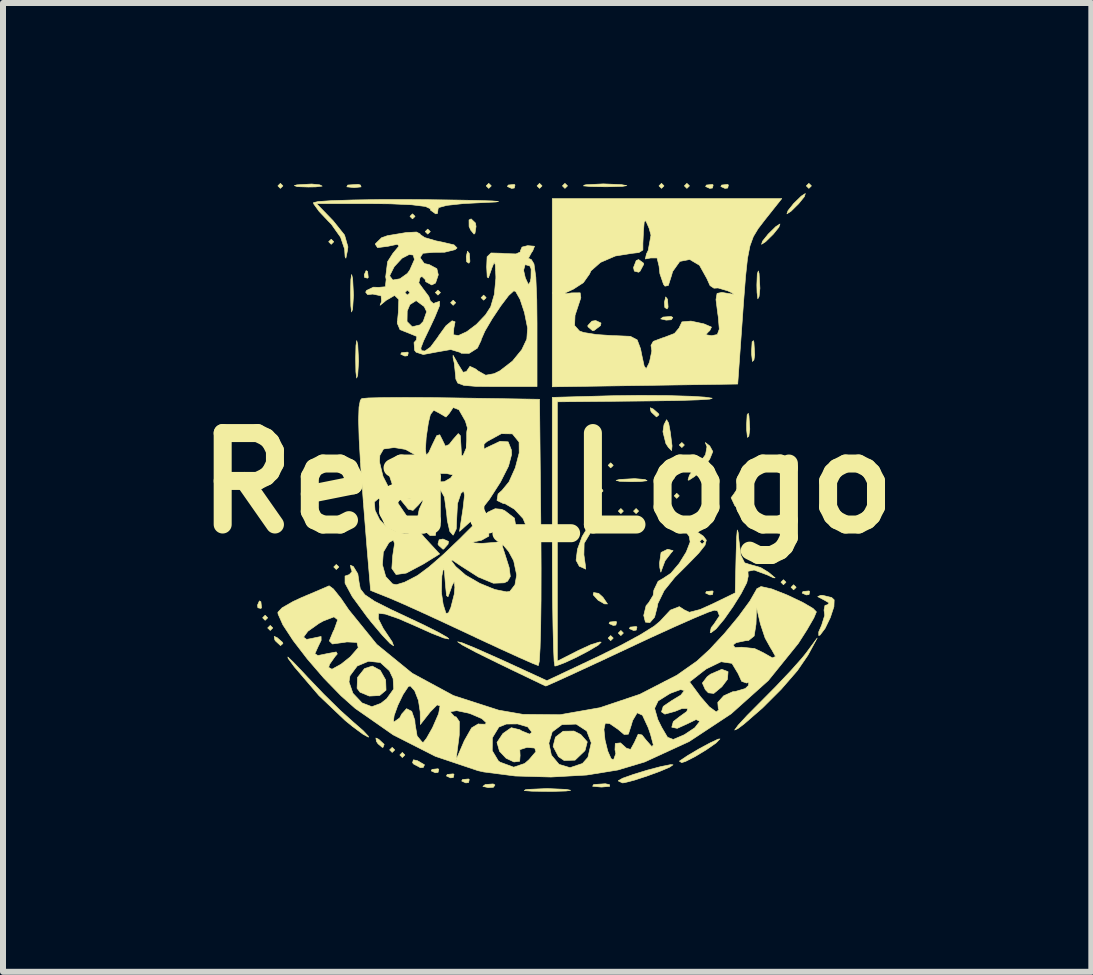
<source format=kicad_pcb>
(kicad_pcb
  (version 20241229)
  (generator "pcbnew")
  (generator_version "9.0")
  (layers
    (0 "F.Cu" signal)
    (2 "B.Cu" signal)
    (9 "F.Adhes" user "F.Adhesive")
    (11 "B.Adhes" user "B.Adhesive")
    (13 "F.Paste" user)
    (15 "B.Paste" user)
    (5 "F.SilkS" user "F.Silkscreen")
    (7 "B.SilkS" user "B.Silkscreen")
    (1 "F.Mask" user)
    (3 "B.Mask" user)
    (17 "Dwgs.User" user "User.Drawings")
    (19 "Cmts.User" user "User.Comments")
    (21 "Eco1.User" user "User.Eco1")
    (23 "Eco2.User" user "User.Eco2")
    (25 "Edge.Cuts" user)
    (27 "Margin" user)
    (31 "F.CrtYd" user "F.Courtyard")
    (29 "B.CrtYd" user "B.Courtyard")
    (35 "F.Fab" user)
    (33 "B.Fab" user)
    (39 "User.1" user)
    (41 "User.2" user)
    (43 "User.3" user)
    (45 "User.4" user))
  (footprint "Real_Logo"
    (layer "F.Cu")
    (at 6.067 5)
    (property "Reference" "Real_Logo" (at 0 0 0) (layer "F.SilkS") (effects (font (size 1.524 1.524) (thickness 0.3))))
    (attr through_hole)
    (fp_poly (pts (xy -4.657 2.244) (xy -4.699 2.286) (xy -4.741 2.244) (xy -4.699 2.201) (xy -4.657 2.244)) (stroke (width 0.01) (type solid)) (fill yes) (layer "F.SilkS"))
    (fp_poly (pts (xy -4.572 2.413) (xy -4.614 2.455) (xy -4.657 2.413) (xy -4.614 2.371) (xy -4.572 2.413)) (stroke (width 0.01) (type solid)) (fill yes) (layer "F.SilkS"))
    (fp_poly (pts (xy -4.403 -4.953) (xy -4.445 -4.911) (xy -4.487 -4.953) (xy -4.445 -4.995) (xy -4.403 -4.953)) (stroke (width 0.01) (type solid)) (fill yes) (layer "F.SilkS"))
    (fp_poly (pts (xy -3.556 -4.022) (xy -3.598 -3.979) (xy -3.641 -4.022) (xy -3.598 -4.064) (xy -3.556 -4.022)) (stroke (width 0.01) (type solid)) (fill yes) (layer "F.SilkS"))
    (fp_poly (pts (xy -3.471 1.397) (xy -3.514 1.439) (xy -3.556 1.397) (xy -3.514 1.355) (xy -3.471 1.397)) (stroke (width 0.01) (type solid)) (fill yes) (layer "F.SilkS"))
    (fp_poly (pts (xy -2.54 4.445) (xy -2.582 4.487) (xy -2.625 4.445) (xy -2.582 4.403) (xy -2.54 4.445)) (stroke (width 0.01) (type solid)) (fill yes) (layer "F.SilkS"))
    (fp_poly (pts (xy -2.371 4.53) (xy -2.413 4.572) (xy -2.455 4.53) (xy -2.413 4.487) (xy -2.371 4.53)) (stroke (width 0.01) (type solid)) (fill yes) (layer "F.SilkS"))
    (fp_poly (pts (xy -2.201 -4.445) (xy -2.244 -4.403) (xy -2.286 -4.445) (xy -2.244 -4.487) (xy -2.201 -4.445)) (stroke (width 0.01) (type solid)) (fill yes) (layer "F.SilkS"))
    (fp_poly (pts (xy -1.947 -4.191) (xy -1.99 -4.149) (xy -2.032 -4.191) (xy -1.99 -4.233) (xy -1.947 -4.191)) (stroke (width 0.01) (type solid)) (fill yes) (layer "F.SilkS"))
    (fp_poly (pts (xy -1.778 -3.175) (xy -1.82 -3.133) (xy -1.863 -3.175) (xy -1.82 -3.217) (xy -1.778 -3.175)) (stroke (width 0.01) (type solid)) (fill yes) (layer "F.SilkS"))
    (fp_poly (pts (xy -1.524 -3.006) (xy -1.566 -2.963) (xy -1.609 -3.006) (xy -1.566 -3.048) (xy -1.524 -3.006)) (stroke (width 0.01) (type solid)) (fill yes) (layer "F.SilkS"))
    (fp_poly (pts (xy -1.016 -3.09) (xy -1.058 -3.048) (xy -1.101 -3.09) (xy -1.058 -3.133) (xy -1.016 -3.09)) (stroke (width 0.01) (type solid)) (fill yes) (layer "F.SilkS"))
    (fp_poly (pts (xy -0.931 -4.953) (xy -0.974 -4.911) (xy -1.016 -4.953) (xy -0.974 -4.995) (xy -0.931 -4.953)) (stroke (width 0.01) (type solid)) (fill yes) (layer "F.SilkS"))
    (fp_poly (pts (xy -0.085 -4.953) (xy -0.127 -4.911) (xy -0.169 -4.953) (xy -0.127 -4.995) (xy -0.085 -4.953)) (stroke (width 0.01) (type solid)) (fill yes) (layer "F.SilkS"))
    (fp_poly (pts (xy 0.339 -4.953) (xy 0.296 -4.911) (xy 0.254 -4.953) (xy 0.296 -4.995) (xy 0.339 -4.953)) (stroke (width 0.01) (type solid)) (fill yes) (layer "F.SilkS"))
    (fp_poly (pts (xy 1.101 -0.296) (xy 1.058 -0.254) (xy 1.016 -0.296) (xy 1.058 -0.339) (xy 1.101 -0.296)) (stroke (width 0.01) (type solid)) (fill yes) (layer "F.SilkS"))
    (fp_poly (pts (xy 1.101 2.582) (xy 1.058 2.625) (xy 1.016 2.582) (xy 1.058 2.54) (xy 1.101 2.582)) (stroke (width 0.01) (type solid)) (fill yes) (layer "F.SilkS"))
    (fp_poly (pts (xy 1.27 0.466) (xy 1.228 0.508) (xy 1.185 0.466) (xy 1.228 0.423) (xy 1.27 0.466)) (stroke (width 0.01) (type solid)) (fill yes) (layer "F.SilkS"))
    (fp_poly (pts (xy 1.27 2.498) (xy 1.228 2.54) (xy 1.185 2.498) (xy 1.228 2.455) (xy 1.27 2.498)) (stroke (width 0.01) (type solid)) (fill yes) (layer "F.SilkS"))
    (fp_poly (pts (xy 1.524 0.466) (xy 1.482 0.508) (xy 1.439 0.466) (xy 1.482 0.423) (xy 1.524 0.466)) (stroke (width 0.01) (type solid)) (fill yes) (layer "F.SilkS"))
    (fp_poly (pts (xy 1.947 -4.953) (xy 1.905 -4.911) (xy 1.863 -4.953) (xy 1.905 -4.995) (xy 1.947 -4.953)) (stroke (width 0.01) (type solid)) (fill yes) (layer "F.SilkS"))
    (fp_poly (pts (xy 2.201 0.212) (xy 2.159 0.254) (xy 2.117 0.212) (xy 2.159 0.169) (xy 2.201 0.212)) (stroke (width 0.01) (type solid)) (fill yes) (layer "F.SilkS"))
    (fp_poly (pts (xy 2.286 -0.635) (xy 2.244 -0.593) (xy 2.201 -0.635) (xy 2.244 -0.677) (xy 2.286 -0.635)) (stroke (width 0.01) (type solid)) (fill yes) (layer "F.SilkS"))
    (fp_poly (pts (xy 2.371 -4.953) (xy 2.328 -4.911) (xy 2.286 -4.953) (xy 2.328 -4.995) (xy 2.371 -4.953)) (stroke (width 0.01) (type solid)) (fill yes) (layer "F.SilkS"))
    (fp_poly (pts (xy 3.979 1.651) (xy 3.937 1.693) (xy 3.895 1.651) (xy 3.937 1.609) (xy 3.979 1.651)) (stroke (width 0.01) (type solid)) (fill yes) (layer "F.SilkS"))
    (fp_poly (pts (xy 4.149 1.736) (xy 4.106 1.778) (xy 4.064 1.736) (xy 4.106 1.693) (xy 4.149 1.736)) (stroke (width 0.01) (type solid)) (fill yes) (layer "F.SilkS"))
    (fp_poly (pts (xy 4.403 -4.953) (xy 4.36 -4.911) (xy 4.318 -4.953) (xy 4.36 -4.995) (xy 4.403 -4.953)) (stroke (width 0.01) (type solid)) (fill yes) (layer "F.SilkS"))
    (fp_poly (pts (xy -4.77 1.976) (xy -4.759 2.076) (xy -4.77 2.088) (xy -4.82 2.077) (xy -4.826 2.032) (xy -4.795 1.962) (xy -4.77 1.976)) (stroke (width 0.01) (type solid)) (fill yes) (layer "F.SilkS"))
    (fp_poly (pts (xy -3.111 -4.967) (xy -3.101 -4.936) (xy -3.217 -4.924) (xy -3.338 -4.937) (xy -3.323 -4.967) (xy -3.15 -4.978) (xy -3.111 -4.967)) (stroke (width 0.01) (type solid)) (fill yes) (layer "F.SilkS"))
    (fp_poly (pts (xy -2.992 -3.528) (xy -2.981 -3.427) (xy -2.992 -3.415) (xy -3.042 -3.427) (xy -3.048 -3.471) (xy -3.017 -3.541) (xy -2.992 -3.528)) (stroke (width 0.01) (type solid)) (fill yes) (layer "F.SilkS"))
    (fp_poly (pts (xy -2.314 -2.173) (xy -2.326 -2.123) (xy -2.371 -2.117) (xy -2.44 -2.148) (xy -2.427 -2.173) (xy -2.327 -2.183) (xy -2.314 -2.173)) (stroke (width 0.01) (type solid)) (fill yes) (layer "F.SilkS"))
    (fp_poly (pts (xy -1.806 4.77) (xy -1.818 4.82) (xy -1.863 4.826) (xy -1.932 4.795) (xy -1.919 4.77) (xy -1.819 4.759) (xy -1.806 4.77)) (stroke (width 0.01) (type solid)) (fill yes) (layer "F.SilkS"))
    (fp_poly (pts (xy -1.552 4.854) (xy -1.564 4.905) (xy -1.609 4.911) (xy -1.678 4.88) (xy -1.665 4.854) (xy -1.565 4.844) (xy -1.552 4.854)) (stroke (width 0.01) (type solid)) (fill yes) (layer "F.SilkS"))
    (fp_poly (pts (xy -1.298 4.939) (xy -1.31 4.989) (xy -1.355 4.995) (xy -1.424 4.964) (xy -1.411 4.939) (xy -1.311 4.929) (xy -1.298 4.939)) (stroke (width 0.01) (type solid)) (fill yes) (layer "F.SilkS"))
    (fp_poly (pts (xy -1.297 -3.826) (xy -1.287 -3.694) (xy -1.304 -3.664) (xy -1.342 -3.689) (xy -1.348 -3.775) (xy -1.327 -3.865) (xy -1.297 -3.826)) (stroke (width 0.01) (type solid)) (fill yes) (layer "F.SilkS"))
    (fp_poly (pts (xy -0.87 5.029) (xy -0.895 5.067) (xy -0.981 5.073) (xy -1.071 5.053) (xy -1.032 5.022) (xy -0.9 5.012) (xy -0.87 5.029)) (stroke (width 0.01) (type solid)) (fill yes) (layer "F.SilkS"))
    (fp_poly (pts (xy -0.536 -4.967) (xy -0.548 -4.917) (xy -0.593 -4.911) (xy -0.662 -4.942) (xy -0.649 -4.967) (xy -0.549 -4.977) (xy -0.536 -4.967)) (stroke (width 0.01) (type solid)) (fill yes) (layer "F.SilkS"))
    (fp_poly (pts (xy 1.157 2.314) (xy 1.145 2.365) (xy 1.101 2.371) (xy 1.031 2.34) (xy 1.044 2.314) (xy 1.145 2.304) (xy 1.157 2.314)) (stroke (width 0.01) (type solid)) (fill yes) (layer "F.SilkS"))
    (fp_poly (pts (xy 1.496 2.399) (xy 1.484 2.449) (xy 1.439 2.455) (xy 1.37 2.424) (xy 1.383 2.399) (xy 1.483 2.389) (xy 1.496 2.399)) (stroke (width 0.01) (type solid)) (fill yes) (layer "F.SilkS"))
    (fp_poly (pts (xy 2.005 -3.064) (xy 2.015 -2.932) (xy 1.998 -2.902) (xy 1.96 -2.927) (xy 1.954 -3.013) (xy 1.975 -3.103) (xy 2.005 -3.064)) (stroke (width 0.01) (type solid)) (fill yes) (layer "F.SilkS"))
    (fp_poly (pts (xy 2.094 -2.76) (xy 2.068 -2.722) (xy 1.983 -2.716) (xy 1.892 -2.737) (xy 1.931 -2.767) (xy 2.064 -2.777) (xy 2.094 -2.76)) (stroke (width 0.01) (type solid)) (fill yes) (layer "F.SilkS"))
    (fp_poly (pts (xy 2.766 -4.967) (xy 2.754 -4.917) (xy 2.709 -4.911) (xy 2.64 -4.942) (xy 2.653 -4.967) (xy 2.753 -4.977) (xy 2.766 -4.967)) (stroke (width 0.01) (type solid)) (fill yes) (layer "F.SilkS"))
    (fp_poly (pts (xy 2.766 1.806) (xy 2.754 1.857) (xy 2.709 1.863) (xy 2.64 1.832) (xy 2.653 1.806) (xy 2.753 1.796) (xy 2.766 1.806)) (stroke (width 0.01) (type solid)) (fill yes) (layer "F.SilkS"))
    (fp_poly (pts (xy 3.02 -4.967) (xy 3.008 -4.917) (xy 2.963 -4.911) (xy 2.894 -4.942) (xy 2.907 -4.967) (xy 3.007 -4.977) (xy 3.02 -4.967)) (stroke (width 0.01) (type solid)) (fill yes) (layer "F.SilkS"))
    (fp_poly (pts (xy 4.374 1.806) (xy 4.363 1.857) (xy 4.318 1.863) (xy 4.248 1.832) (xy 4.262 1.806) (xy 4.362 1.796) (xy 4.374 1.806)) (stroke (width 0.01) (type solid)) (fill yes) (layer "F.SilkS"))
    (fp_poly (pts (xy -4.5 2.574) (xy -4.41 2.653) (xy -4.403 2.672) (xy -4.443 2.707) (xy -4.527 2.629) (xy -4.538 2.612) (xy -4.548 2.554) (xy -4.5 2.574)) (stroke (width 0.01) (type solid)) (fill yes) (layer "F.SilkS"))
    (fp_poly (pts (xy -2.807 4.268) (xy -2.716 4.353) (xy -2.735 4.402) (xy -2.747 4.403) (xy -2.818 4.343) (xy -2.844 4.305) (xy -2.854 4.247) (xy -2.807 4.268)) (stroke (width 0.01) (type solid)) (fill yes) (layer "F.SilkS"))
    (fp_poly (pts (xy -2.163 4.624) (xy -2.044 4.693) (xy -2.064 4.737) (xy -2.112 4.741) (xy -2.226 4.68) (xy -2.243 4.658) (xy -2.229 4.61) (xy -2.163 4.624)) (stroke (width 0.01) (type solid)) (fill yes) (layer "F.SilkS"))
    (fp_poly (pts (xy 0.797 -0.857) (xy 0.787 -0.762) (xy 0.73 -0.615) (xy 0.688 -0.617) (xy 0.677 -0.715) (xy 0.724 -0.855) (xy 0.754 -0.884) (xy 0.797 -0.857)) (stroke (width 0.01) (type solid)) (fill yes) (layer "F.SilkS"))
    (fp_poly (pts (xy 0.834 0.034) (xy 0.924 0.113) (xy 0.931 0.132) (xy 0.891 0.167) (xy 0.807 0.089) (xy 0.796 0.072) (xy 0.786 0.014) (xy 0.834 0.034)) (stroke (width 0.01) (type solid)) (fill yes) (layer "F.SilkS"))
    (fp_poly (pts (xy 0.858 1.837) (xy 0.93 1.903) (xy 1.005 2.013) (xy 0.955 2.012) (xy 0.849 1.951) (xy 0.767 1.861) (xy 0.774 1.823) (xy 0.858 1.837)) (stroke (width 0.01) (type solid)) (fill yes) (layer "F.SilkS"))
    (fp_poly (pts (xy 1.765 -1.236) (xy 1.855 -1.157) (xy 1.863 -1.138) (xy 1.822 -1.103) (xy 1.739 -1.181) (xy 1.728 -1.198) (xy 1.718 -1.256) (xy 1.765 -1.236)) (stroke (width 0.01) (type solid)) (fill yes) (layer "F.SilkS"))
    (fp_poly (pts (xy -3.789 -4.97) (xy -3.749 -4.949) (xy -3.855 -4.936) (xy -3.979 -4.934) (xy -4.162 -4.94) (xy -4.213 -4.957) (xy -4.17 -4.97) (xy -3.923 -4.984) (xy -3.789 -4.97)) (stroke (width 0.01) (type solid)) (fill yes) (layer "F.SilkS"))
    (fp_poly (pts (xy -1.644 0.971) (xy -1.651 1.016) (xy -1.723 1.097) (xy -1.736 1.101) (xy -1.803 1.042) (xy -1.82 1.016) (xy -1.8 0.944) (xy -1.736 0.931) (xy -1.644 0.971)) (stroke (width 0.01) (type solid)) (fill yes) (layer "F.SilkS"))
    (fp_poly (pts (xy -1.195 -4.334) (xy -1.185 -4.276) (xy -1.203 -4.163) (xy -1.219 -4.149) (xy -1.273 -4.215) (xy -1.301 -4.276) (xy -1.302 -4.385) (xy -1.267 -4.403) (xy -1.195 -4.334)) (stroke (width 0.01) (type solid)) (fill yes) (layer "F.SilkS"))
    (fp_poly (pts (xy 0.732 -0.415) (xy 0.736 -0.401) (xy 0.748 -0.216) (xy 0.733 -0.147) (xy 0.705 -0.144) (xy 0.694 -0.276) (xy 0.694 -0.296) (xy 0.706 -0.428) (xy 0.732 -0.415)) (stroke (width 0.01) (type solid)) (fill yes) (layer "F.SilkS"))
    (fp_poly (pts (xy 0.897 -2.668) (xy 0.889 -2.625) (xy 0.781 -2.543) (xy 0.757 -2.54) (xy 0.68 -2.605) (xy 0.677 -2.625) (xy 0.746 -2.699) (xy 0.809 -2.709) (xy 0.897 -2.668)) (stroke (width 0.01) (type solid)) (fill yes) (layer "F.SilkS"))
    (fp_poly (pts (xy 1.039 5.024) (xy 1.042 5.052) (xy 0.909 5.064) (xy 0.889 5.063) (xy 0.758 5.051) (xy 0.77 5.026) (xy 0.785 5.021) (xy 0.969 5.009) (xy 1.039 5.024)) (stroke (width 0.01) (type solid)) (fill yes) (layer "F.SilkS"))
    (fp_poly (pts (xy 1.606 -3.665) (xy 1.609 -3.646) (xy 1.547 -3.531) (xy 1.524 -3.514) (xy 1.452 -3.533) (xy 1.439 -3.593) (xy 1.484 -3.709) (xy 1.524 -3.725) (xy 1.606 -3.665)) (stroke (width 0.01) (type solid)) (fill yes) (layer "F.SilkS"))
    (fp_poly (pts (xy 1.631 -0.06) (xy 1.665 -0.04) (xy 1.554 -0.027) (xy 1.397 -0.024) (xy 1.205 -0.031) (xy 1.149 -0.046) (xy 1.208 -0.061) (xy 1.458 -0.075) (xy 1.631 -0.06)) (stroke (width 0.01) (type solid)) (fill yes) (layer "F.SilkS"))
    (fp_poly (pts (xy 2.179 -0.208) (xy 2.114 -0.076) (xy 2.03 -0.001) (xy 2.022 0) (xy 2.001 -0.059) (xy 2.049 -0.165) (xy 2.139 -0.284) (xy 2.179 -0.305) (xy 2.179 -0.208)) (stroke (width 0.01) (type solid)) (fill yes) (layer "F.SilkS"))
    (fp_poly (pts (xy 3.362 -1.121) (xy 3.376 -0.9) (xy 3.36 -0.782) (xy 3.337 -0.762) (xy 3.324 -0.884) (xy 3.323 -0.974) (xy 3.332 -1.138) (xy 3.351 -1.163) (xy 3.362 -1.121)) (stroke (width 0.01) (type solid)) (fill yes) (layer "F.SilkS"))
    (fp_poly (pts (xy 3.445 -2.349) (xy 3.458 -2.135) (xy 3.445 -2.053) (xy 3.42 -2.027) (xy 3.407 -2.144) (xy 3.406 -2.201) (xy 3.415 -2.355) (xy 3.437 -2.374) (xy 3.445 -2.349)) (stroke (width 0.01) (type solid)) (fill yes) (layer "F.SilkS"))
    (fp_poly (pts (xy 3.531 -3.493) (xy 3.545 -3.246) (xy 3.531 -3.111) (xy 3.51 -3.071) (xy 3.497 -3.178) (xy 3.494 -3.302) (xy 3.501 -3.485) (xy 3.518 -3.535) (xy 3.531 -3.493)) (stroke (width 0.01) (type solid)) (fill yes) (layer "F.SilkS"))
    (fp_poly (pts (xy 3.861 -4.265) (xy 3.768 -4.149) (xy 3.64 -4.023) (xy 3.572 -3.979) (xy 3.589 -4.032) (xy 3.683 -4.149) (xy 3.81 -4.274) (xy 3.879 -4.318) (xy 3.861 -4.265)) (stroke (width 0.01) (type solid)) (fill yes) (layer "F.SilkS"))
    (fp_poly (pts (xy 4.285 -4.773) (xy 4.191 -4.657) (xy 4.064 -4.531) (xy 3.995 -4.487) (xy 4.013 -4.54) (xy 4.106 -4.657) (xy 4.234 -4.782) (xy 4.302 -4.826) (xy 4.285 -4.773)) (stroke (width 0.01) (type solid)) (fill yes) (layer "F.SilkS"))
    (fp_poly (pts (xy -3.241 -3.408) (xy -3.241 -3.406) (xy -3.227 -3.13) (xy -3.242 -2.898) (xy -3.259 -2.852) (xy -3.271 -2.952) (xy -3.276 -3.175) (xy -3.271 -3.392) (xy -3.258 -3.476) (xy -3.241 -3.408)) (stroke (width 0.01) (type solid)) (fill yes) (layer "F.SilkS"))
    (fp_poly (pts (xy -3.156 -2.308) (xy -3.156 -2.306) (xy -3.142 -2.03) (xy -3.157 -1.798) (xy -3.174 -1.751) (xy -3.187 -1.852) (xy -3.191 -2.074) (xy -3.186 -2.292) (xy -3.173 -2.375) (xy -3.156 -2.308)) (stroke (width 0.01) (type solid)) (fill yes) (layer "F.SilkS"))
    (fp_poly (pts (xy 2.024 -1) (xy 2.052 -0.847) (xy 2.081 -0.62) (xy 2.073 -0.542) (xy 2.019 -0.597) (xy 1.978 -0.66) (xy 1.929 -0.856) (xy 1.947 -0.974) (xy 1.99 -1.057) (xy 2.024 -1)) (stroke (width 0.01) (type solid)) (fill yes) (layer "F.SilkS"))
    (fp_poly (pts (xy 0.318 5.103) (xy 0.392 5.118) (xy 0.315 5.13) (xy 0.104 5.136) (xy 0 5.136) (xy -0.254 5.133) (xy -0.381 5.123) (xy -0.362 5.109) (xy -0.318 5.103) (xy 0.000417 5.089) (xy 0.318 5.103)) (stroke (width 0.01) (type solid)) (fill yes) (layer "F.SilkS"))
    (fp_poly (pts (xy 2.011 1.102) (xy 2.098 1.125) (xy 2.063 1.165) (xy 1.964 1.294) (xy 1.925 1.397) (xy 1.894 1.483) (xy 1.877 1.41) (xy 1.872 1.333) (xy 1.898 1.155) (xy 2.007 1.102) (xy 2.011 1.102)) (stroke (width 0.01) (type solid)) (fill yes) (layer "F.SilkS"))
    (fp_poly (pts (xy 3.014 3.142) (xy 3.004 3.269) (xy 2.911 3.392) (xy 2.776 3.504) (xy 2.686 3.494) (xy 2.635 3.441) (xy 2.586 3.331) (xy 2.667 3.225) (xy 2.723 3.183) (xy 2.91 3.102) (xy 3.014 3.142)) (stroke (width 0.01) (type solid)) (fill yes) (layer "F.SilkS"))
    (fp_poly (pts (xy -2.782 3.119) (xy -2.691 3.28) (xy -2.685 3.45) (xy -2.685 3.45) (xy -2.792 3.539) (xy -2.963 3.548) (xy -3.118 3.484) (xy -3.167 3.418) (xy -3.16 3.238) (xy -3.043 3.09) (xy -2.914 3.048) (xy -2.782 3.119)) (stroke (width 0.01) (type solid)) (fill yes) (layer "F.SilkS"))
    (fp_poly (pts (xy 0.56 4.189) (xy 0.668 4.311) (xy 0.633 4.449) (xy 0.626 4.461) (xy 0.464 4.616) (xy 0.282 4.621) (xy 0.189 4.558) (xy 0.099 4.386) (xy 0.138 4.232) (xy 0.266 4.134) (xy 0.446 4.131) (xy 0.56 4.189)) (stroke (width 0.01) (type solid)) (fill yes) (layer "F.SilkS"))
    (fp_poly (pts (xy 1.236 -4.974) (xy 1.247 -4.972) (xy 1.327 -4.957) (xy 1.255 -4.945) (xy 1.046 -4.939) (xy 0.974 -4.938) (xy 0.727 -4.942) (xy 0.604 -4.953) (xy 0.627 -4.968) (xy 0.654 -4.972) (xy 0.934 -4.986) (xy 1.236 -4.974)) (stroke (width 0.01) (type solid)) (fill yes) (layer "F.SilkS"))
    (fp_poly (pts (xy 2.813 4.33) (xy 2.657 4.439) (xy 2.468 4.554) (xy 2.306 4.637) (xy 2.241 4.657) (xy 2.204 4.633) (xy 2.208 4.629) (xy 2.344 4.538) (xy 2.532 4.427) (xy 2.718 4.327) (xy 2.848 4.266) (xy 2.879 4.262) (xy 2.813 4.33)) (stroke (width 0.01) (type solid)) (fill yes) (layer "F.SilkS"))
    (fp_poly (pts (xy 3.279 -0.136) (xy 3.289 0.064) (xy 3.291 0.312) (xy 3.281 0.473) (xy 3.27 0.508) (xy 3.197 0.452) (xy 3.127 0.375) (xy 3.065 0.243) (xy 3.109 0.184) (xy 3.187 0.066) (xy 3.239 -0.127) (xy 3.262 -0.215) (xy 3.279 -0.136)) (stroke (width 0.01) (type solid)) (fill yes) (layer "F.SilkS"))
    (fp_poly (pts (xy 2.097 4.693) (xy 2.042 4.732) (xy 1.88 4.801) (xy 1.664 4.88) (xy 1.45 4.95) (xy 1.291 4.991) (xy 1.255 4.995) (xy 1.186 4.963) (xy 1.185 4.959) (xy 1.258 4.917) (xy 1.439 4.853) (xy 1.67 4.782) (xy 1.894 4.723) (xy 2.054 4.691) (xy 2.097 4.693)) (stroke (width 0.01) (type solid)) (fill yes) (layer "F.SilkS"))
    (fp_poly (pts (xy 2.709 -0.619) (xy 2.76 -0.526) (xy 2.707 -0.397) (xy 2.604 -0.264) (xy 2.459 -0.113) (xy 2.361 -0.049) (xy 2.347 -0.052) (xy 2.371 -0.133) (xy 2.486 -0.276) (xy 2.511 -0.302) (xy 2.639 -0.474) (xy 2.663 -0.607) (xy 2.659 -0.615) (xy 2.635 -0.677) (xy 2.709 -0.619)) (stroke (width 0.01) (type solid)) (fill yes) (layer "F.SilkS"))
    (fp_poly (pts (xy 0.859 0.643) (xy 0.761 0.763) (xy 0.754 0.77) (xy 0.616 1.003) (xy 0.612 1.194) (xy 0.636 1.365) (xy 0.642 1.433) (xy 0.572 1.4) (xy 0.536 1.386) (xy 0.482 1.285) (xy 0.505 1.102) (xy 0.583 0.89) (xy 0.695 0.705) (xy 0.818 0.6) (xy 0.857 0.593) (xy 0.859 0.643)) (stroke (width 0.01) (type solid)) (fill yes) (layer "F.SilkS"))
    (fp_poly (pts (xy 4.345 2.867) (xy 4.169 3.124) (xy 3.901 3.433) (xy 3.588 3.746) (xy 3.277 4.016) (xy 3.175 4.092) (xy 3.124 4.114) (xy 3.182 4.034) (xy 3.335 3.868) (xy 3.521 3.681) (xy 3.803 3.397) (xy 4.059 3.127) (xy 4.25 2.912) (xy 4.311 2.836) (xy 4.499 2.582) (xy 4.345 2.867)) (stroke (width 0.01) (type solid)) (fill yes) (layer "F.SilkS"))
    (fp_poly (pts (xy -4.231 2.982) (xy -4.064 3.157) (xy -3.991 3.236) (xy -3.725 3.514) (xy -3.455 3.78) (xy -3.238 3.975) (xy -3.236 3.977) (xy -3.066 4.125) (xy -2.979 4.218) (xy -2.978 4.233) (xy -3.069 4.183) (xy -3.241 4.056) (xy -3.366 3.954) (xy -3.802 3.54) (xy -4.211 3.062) (xy -4.315 2.921) (xy -4.321 2.897) (xy -4.231 2.982)) (stroke (width 0.01) (type solid)) (fill yes) (layer "F.SilkS"))
    (fp_poly (pts (xy 4.74 1.906) (xy 4.782 1.945) (xy 4.778 2.058) (xy 4.718 2.24) (xy 4.631 2.42) (xy 4.547 2.531) (xy 4.525 2.54) (xy 4.525 2.478) (xy 4.573 2.369) (xy 4.625 2.201) (xy 4.613 2.115) (xy 4.629 2.037) (xy 4.673 2.026) (xy 4.698 1.996) (xy 4.614 1.947) (xy 4.508 1.891) (xy 4.556 1.87) (xy 4.588 1.869) (xy 4.74 1.906)) (stroke (width 0.01) (type solid)) (fill yes) (layer "F.SilkS"))
    (fp_poly (pts (xy 2.004 -1.459) (xy 2.405 -1.447) (xy 2.625 -1.433) (xy 2.75 -1.415) (xy 2.711 -1.4) (xy 2.512 -1.387) (xy 2.16 -1.376) (xy 1.672 -1.369) (xy 0.169 -1.355) (xy 0.169 2.967) (xy 0.516 2.79) (xy 0.729 2.692) (xy 0.872 2.647) (xy 0.9 2.65) (xy 0.851 2.699) (xy 0.699 2.79) (xy 0.498 2.896) (xy 0.299 2.989) (xy 0.156 3.043) (xy 0.128 3.048) (xy 0.116 2.967) (xy 0.106 2.739) (xy 0.097 2.385) (xy 0.09 1.928) (xy 0.086 1.391) (xy 0.085 0.809) (xy 0.085 -1.429) (xy 1.079 -1.456) (xy 1.541 -1.462) (xy 2.004 -1.459)) (stroke (width 0.01) (type solid)) (fill yes) (layer "F.SilkS"))
    (fp_poly (pts (xy -3.23 1.389) (xy -3.155 1.512) (xy -3.133 1.658) (xy -3.113 1.763) (xy -3.037 1.86) (xy -2.877 1.968) (xy -2.604 2.106) (xy -2.369 2.216) (xy -2.051 2.366) (xy -1.805 2.49) (xy -1.661 2.573) (xy -1.638 2.597) (xy -1.724 2.58) (xy -1.92 2.503) (xy -2.186 2.384) (xy -2.203 2.376) (xy -2.478 2.257) (xy -2.695 2.182) (xy -2.808 2.168) (xy -2.809 2.169) (xy -2.814 2.258) (xy -2.731 2.423) (xy -2.705 2.461) (xy -2.583 2.644) (xy -2.559 2.71) (xy -2.618 2.67) (xy -2.747 2.534) (xy -2.933 2.313) (xy -3.004 2.223) (xy -3.248 1.89) (xy -3.368 1.667) (xy -3.368 1.548) (xy -3.297 1.524) (xy -3.25 1.471) (xy -3.268 1.426) (xy -3.278 1.368) (xy -3.23 1.389)) (stroke (width 0.01) (type solid)) (fill yes) (layer "F.SilkS"))
    (fp_poly (pts (xy 2.49 0.807) (xy 2.5 0.814) (xy 2.604 0.885) (xy 2.652 0.95) (xy 2.63 1.035) (xy 2.524 1.168) (xy 2.321 1.376) (xy 2.129 1.567) (xy 1.949 1.79) (xy 1.844 2.006) (xy 1.833 2.066) (xy 1.79 2.233) (xy 1.711 2.324) (xy 1.637 2.316) (xy 1.609 2.204) (xy 1.648 2.043) (xy 1.693 1.99) (xy 1.766 1.87) (xy 1.778 1.783) (xy 1.849 1.635) (xy 1.932 1.588) (xy 2.061 1.502) (xy 2.2 1.338) (xy 2.318 1.147) (xy 2.383 0.979) (xy 2.382 0.974) (xy 2.54 0.974) (xy 2.582 1.016) (xy 2.625 0.974) (xy 2.582 0.931) (xy 2.54 0.974) (xy 2.382 0.974) (xy 2.366 0.886) (xy 2.288 0.776) (xy 2.286 0.755) (xy 2.346 0.738) (xy 2.49 0.807)) (stroke (width 0.01) (type solid)) (fill yes) (layer "F.SilkS"))
    (fp_poly (pts (xy -2.011 -4.723) (xy -1.525 -4.717) (xy -1.156 -4.71) (xy -0.914 -4.702) (xy -0.81 -4.693) (xy -0.857 -4.684) (xy -0.998 -4.678) (xy -1.396 -4.658) (xy -1.672 -4.628) (xy -1.809 -4.591) (xy -1.818 -4.569) (xy -1.828 -4.493) (xy -1.858 -4.487) (xy -1.944 -4.549) (xy -1.947 -4.572) (xy -2.028 -4.61) (xy -2.257 -4.638) (xy -2.613 -4.654) (xy -2.895 -4.657) (xy -3.843 -4.657) (xy -3.565 -4.37) (xy -3.376 -4.133) (xy -3.32 -3.937) (xy -3.326 -3.883) (xy -3.354 -3.748) (xy -3.367 -3.774) (xy -3.375 -3.9) (xy -3.442 -4.097) (xy -3.595 -4.313) (xy -3.641 -4.36) (xy -3.799 -4.527) (xy -3.888 -4.65) (xy -3.895 -4.673) (xy -3.814 -4.692) (xy -3.588 -4.707) (xy -3.241 -4.718) (xy -2.796 -4.725) (xy -2.279 -4.725) (xy -2.011 -4.723)) (stroke (width 0.01) (type solid)) (fill yes) (layer "F.SilkS"))
    (fp_poly (pts (xy 3.182 0.819) (xy 3.195 0.953) (xy 3.229 1.206) (xy 3.29 1.328) (xy 3.375 1.355) (xy 3.556 1.406) (xy 3.688 1.486) (xy 3.798 1.578) (xy 3.77 1.577) (xy 3.667 1.529) (xy 3.448 1.448) (xy 3.345 1.469) (xy 3.35 1.551) (xy 3.326 1.658) (xy 3.231 1.842) (xy 3.095 2.06) (xy 2.947 2.27) (xy 2.814 2.429) (xy 2.728 2.494) (xy 2.716 2.49) (xy 2.733 2.408) (xy 2.778 2.352) (xy 2.871 2.212) (xy 2.838 2.126) (xy 2.785 2.117) (xy 2.682 2.151) (xy 2.452 2.247) (xy 2.122 2.393) (xy 1.72 2.576) (xy 1.344 2.752) (xy 0.907 2.957) (xy 0.527 3.133) (xy 0.229 3.27) (xy 0.037 3.356) (xy -0.023 3.381) (xy -0.103 3.344) (xy -0.301 3.249) (xy -0.585 3.113) (xy -0.804 3.007) (xy -1.187 2.818) (xy -1.415 2.696) (xy -1.492 2.643) (xy -1.419 2.66) (xy -1.2 2.749) (xy -0.835 2.911) (xy -0.73 2.958) (xy -0.004 3.292) (xy 0.882 2.874) (xy 1.245 2.694) (xy 1.557 2.524) (xy 1.782 2.384) (xy 1.879 2.303) (xy 2.053 2.116) (xy 2.202 2.058) (xy 2.283 2.111) (xy 2.369 2.152) (xy 2.547 2.106) (xy 2.739 2.02) (xy 3.133 1.829) (xy 3.148 1.19) (xy 3.157 0.903) (xy 3.168 0.781) (xy 3.182 0.819)) (stroke (width 0.01) (type solid)) (fill yes) (layer "F.SilkS"))
    (fp_poly (pts (xy 3.627 -4.386) (xy 3.515 -4.24) (xy 3.435 -4.107) (xy 3.379 -3.953) (xy 3.338 -3.744) (xy 3.306 -3.446) (xy 3.273 -3.026) (xy 3.26 -2.841) (xy 3.175 -1.651) (xy 1.63 -1.628) (xy 0.085 -1.605) (xy 0.085 -3.168) (xy 0.298 -3.168) (xy 0.309 -3.155) (xy 0.409 -3.17) (xy 0.55 -3.171) (xy 0.561 -3.089) (xy 0.557 -3.076) (xy 0.464 -2.794) (xy 0.457 -2.626) (xy 0.538 -2.535) (xy 0.608 -2.51) (xy 0.82 -2.476) (xy 1.098 -2.457) (xy 1.16 -2.456) (xy 1.387 -2.446) (xy 1.5 -2.387) (xy 1.556 -2.239) (xy 1.575 -2.141) (xy 1.617 -1.948) (xy 1.651 -1.906) (xy 1.696 -1.996) (xy 1.706 -2.022) (xy 1.744 -2.202) (xy 1.73 -2.295) (xy 1.768 -2.362) (xy 1.925 -2.421) (xy 1.942 -2.425) (xy 2.122 -2.494) (xy 2.201 -2.589) (xy 2.201 -2.593) (xy 2.246 -2.687) (xy 2.396 -2.7) (xy 2.611 -2.654) (xy 2.738 -2.6) (xy 2.708 -2.538) (xy 2.695 -2.53) (xy 2.642 -2.473) (xy 2.74 -2.457) (xy 2.835 -2.476) (xy 2.868 -2.566) (xy 2.851 -2.769) (xy 2.842 -2.829) (xy 2.813 -3.058) (xy 2.831 -3.161) (xy 2.911 -3.178) (xy 2.98 -3.166) (xy 3.109 -3.146) (xy 3.08 -3.171) (xy 3.006 -3.205) (xy 2.847 -3.252) (xy 2.779 -3.248) (xy 2.714 -3.291) (xy 2.662 -3.407) (xy 2.538 -3.63) (xy 2.374 -3.727) (xy 2.21 -3.694) (xy 2.091 -3.527) (xy 2.072 -3.46) (xy 2.019 -3.293) (xy 1.963 -3.282) (xy 1.939 -3.312) (xy 1.878 -3.491) (xy 1.864 -3.617) (xy 1.831 -3.752) (xy 1.726 -3.752) (xy 1.636 -3.735) (xy 1.654 -3.818) (xy 1.683 -3.876) (xy 1.73 -4.132) (xy 1.698 -4.248) (xy 1.643 -4.373) (xy 1.617 -4.352) (xy 1.604 -4.191) (xy 1.595 -3.993) (xy 1.595 -3.884) (xy 1.529 -3.842) (xy 1.415 -3.829) (xy 1.137 -3.785) (xy 0.889 -3.678) (xy 0.73 -3.538) (xy 0.705 -3.484) (xy 0.603 -3.34) (xy 0.438 -3.233) (xy 0.298 -3.168) (xy 0.085 -3.168) (xy 0.085 -4.741) (xy 3.909 -4.741) (xy 3.627 -4.386)) (stroke (width 0.01) (type solid)) (fill yes) (layer "F.SilkS"))
    (fp_poly (pts (xy -2.117 -4.152) (xy -2.117 -4.144) (xy -2.042 -4.092) (xy -1.854 -4.037) (xy -1.764 -4.019) (xy -1.552 -3.97) (xy -1.501 -3.919) (xy -1.535 -3.89) (xy -1.71 -3.847) (xy -1.888 -3.846) (xy -2.071 -3.83) (xy -2.117 -3.756) (xy -2.047 -3.659) (xy -1.965 -3.641) (xy -1.838 -3.573) (xy -1.814 -3.471) (xy -1.86 -3.334) (xy -1.923 -3.302) (xy -2.024 -3.357) (xy -2.032 -3.392) (xy -2.084 -3.442) (xy -2.117 -3.429) (xy -2.139 -3.336) (xy -2.075 -3.248) (xy -1.971 -3.109) (xy -1.947 -3.037) (xy -1.895 -2.992) (xy -1.863 -3.006) (xy -1.793 -3.029) (xy -1.794 -2.955) (xy -1.872 -2.765) (xy -1.947 -2.605) (xy -2.059 -2.371) (xy -2.105 -2.251) (xy -2.095 -2.207) (xy -2.037 -2.201) (xy -1.944 -2.267) (xy -1.823 -2.429) (xy -1.807 -2.455) (xy -1.686 -2.622) (xy -1.584 -2.705) (xy -1.534 -2.688) (xy -1.555 -2.582) (xy -1.562 -2.472) (xy -1.479 -2.459) (xy -1.34 -2.523) (xy -1.178 -2.645) (xy -1.026 -2.805) (xy -0.941 -2.937) (xy -0.88 -3.146) (xy -0.855 -3.412) (xy -0.855 -3.445) (xy -0.86 -3.547) (xy -0.393 -3.547) (xy -0.364 -3.42) (xy -0.312 -3.308) (xy -0.283 -3.353) (xy -0.27 -3.414) (xy -0.267 -3.569) (xy -0.289 -3.619) (xy -0.367 -3.641) (xy -0.393 -3.547) (xy -0.86 -3.547) (xy -0.864 -3.638) (xy -0.884 -3.677) (xy -0.925 -3.576) (xy -0.931 -3.556) (xy -0.979 -3.42) (xy -0.999 -3.434) (xy -1.008 -3.602) (xy -1.001 -3.771) (xy -0.935 -3.835) (xy -0.759 -3.83) (xy -0.708 -3.825) (xy -0.519 -3.819) (xy -0.444 -3.853) (xy -0.448 -3.866) (xy -0.419 -3.933) (xy -0.326 -3.957) (xy -0.211 -3.947) (xy -0.242 -3.867) (xy -0.258 -3.848) (xy -0.313 -3.746) (xy -0.264 -3.725) (xy -0.22 -3.653) (xy -0.189 -3.431) (xy -0.173 -3.053) (xy -0.169 -2.667) (xy -0.169 -1.609) (xy -0.847 -1.609) (xy -1.185 -1.612) (xy -1.388 -1.629) (xy -1.489 -1.667) (xy -1.522 -1.735) (xy -1.524 -1.771) (xy -1.548 -1.999) (xy -1.568 -2.089) (xy -1.568 -2.13) (xy -1.512 -2.034) (xy -1.494 -1.998) (xy -1.401 -1.847) (xy -1.342 -1.86) (xy -1.338 -1.871) (xy -1.287 -1.946) (xy -1.189 -1.9) (xy -1.154 -1.871) (xy -1.025 -1.798) (xy -0.883 -1.824) (xy -0.788 -1.871) (xy -0.578 -2.033) (xy -0.423 -2.223) (xy -0.339 -2.4) (xy -0.326 -2.582) (xy -0.378 -2.841) (xy -0.451 -3.062) (xy -0.524 -3.191) (xy -0.555 -3.205) (xy -0.642 -3.126) (xy -0.774 -2.952) (xy -0.918 -2.736) (xy -1.038 -2.532) (xy -1.099 -2.393) (xy -1.101 -2.378) (xy -1.163 -2.249) (xy -1.299 -2.163) (xy -1.431 -2.164) (xy -1.451 -2.179) (xy -1.606 -2.226) (xy -1.84 -2.185) (xy -2.064 -2.143) (xy -2.183 -2.181) (xy -2.209 -2.213) (xy -2.218 -2.343) (xy -2.18 -2.384) (xy -2.171 -2.444) (xy -2.305 -2.499) (xy -2.452 -2.557) (xy -2.498 -2.666) (xy -2.495 -2.693) (xy -2.335 -2.693) (xy -2.248 -2.605) (xy -2.119 -2.637) (xy -2.065 -2.694) (xy -2.008 -2.857) (xy -2.049 -2.942) (xy -2.183 -3.041) (xy -2.287 -2.975) (xy -2.332 -2.868) (xy -2.335 -2.693) (xy -2.495 -2.693) (xy -2.48 -2.844) (xy -2.472 -3.06) (xy -2.542 -3.128) (xy -2.686 -3.044) (xy -2.705 -3.027) (xy -2.784 -2.963) (xy -2.761 -3.023) (xy -2.759 -3.027) (xy -2.767 -3.121) (xy -2.906 -3.15) (xy -2.991 -3.141) (xy -3.019 -3.175) (xy -2.371 -3.175) (xy -2.328 -3.133) (xy -2.286 -3.175) (xy -2.328 -3.217) (xy -2.371 -3.175) (xy -3.019 -3.175) (xy -3.024 -3.181) (xy -3.01 -3.21) (xy -2.895 -3.265) (xy -2.805 -3.262) (xy -2.696 -3.272) (xy -2.683 -3.392) (xy -2.691 -3.439) (xy -2.689 -3.45) (xy -2.622 -3.45) (xy -2.572 -3.384) (xy -2.453 -3.405) (xy -2.329 -3.494) (xy -2.289 -3.55) (xy -2.211 -3.726) (xy -2.232 -3.8) (xy -2.298 -3.81) (xy -2.419 -3.747) (xy -2.549 -3.606) (xy -2.621 -3.463) (xy -2.622 -3.45) (xy -2.689 -3.45) (xy -2.659 -3.689) (xy -2.572 -3.826) (xy -2.469 -3.95) (xy -2.494 -3.98) (xy -2.654 -3.946) (xy -2.826 -3.924) (xy -2.864 -3.981) (xy -2.861 -3.989) (xy -2.759 -4.089) (xy -2.662 -4.123) (xy -2.35 -4.175) (xy -2.177 -4.184) (xy -2.117 -4.152)) (stroke (width 0.01) (type solid)) (fill yes) (layer "F.SilkS"))
    (fp_poly (pts (xy -1.929 -1.425) (xy -1.563 -1.42) (xy -0.127 -1.397) (xy -0.104 0.826) (xy -0.101 1.418) (xy -0.102 1.951) (xy -0.108 2.402) (xy -0.118 2.748) (xy -0.131 2.968) (xy -0.147 3.04) (xy -0.243 3.003) (xy -0.463 2.906) (xy -0.775 2.764) (xy -1.152 2.589) (xy -1.27 2.533) (xy -1.687 2.338) (xy -2.075 2.159) (xy -2.396 2.014) (xy -2.611 1.921) (xy -2.635 1.911) (xy -2.855 1.823) (xy -1.762 1.823) (xy -1.733 2.021) (xy -1.686 2.169) (xy -1.646 2.164) (xy -1.605 2.074) (xy -1.548 1.851) (xy -1.538 1.736) (xy -1.549 1.642) (xy -1.583 1.703) (xy -1.609 1.778) (xy -1.652 1.893) (xy -1.677 1.873) (xy -1.694 1.702) (xy -1.698 1.651) (xy -1.713 1.458) (xy -1.729 1.424) (xy -1.753 1.539) (xy -1.755 1.555) (xy -1.762 1.823) (xy -2.855 1.823) (xy -2.942 1.788) (xy -3.005 1.042) (xy -3.063 0.314) (xy -2.879 0.314) (xy -2.868 0.453) (xy -2.79 0.612) (xy -2.69 0.715) (xy -2.533 0.8) (xy -2.388 0.844) (xy -2.304 0.839) (xy -2.326 0.777) (xy -2.333 0.77) (xy -2.479 0.691) (xy -2.582 0.662) (xy -2.722 0.566) (xy -2.745 0.442) (xy -2.766 0.295) (xy -2.808 0.254) (xy -2.879 0.314) (xy -3.063 0.314) (xy -3.064 0.3) (xy -3.107 -0.287) (xy -3.111 -0.353) (xy -2.794 -0.353) (xy -2.735 -0.112) (xy -2.573 0.206) (xy -2.331 0.563) (xy -2.043 0.908) (xy -1.792 1.18) (xy -2.07 1.352) (xy -2.348 1.499) (xy -2.517 1.523) (xy -2.588 1.421) (xy -2.573 1.206) (xy -2.543 1.009) (xy -2.563 0.948) (xy -2.636 0.99) (xy -2.73 1.15) (xy -2.745 1.36) (xy -2.69 1.557) (xy -2.577 1.679) (xy -2.514 1.693) (xy -2.378 1.652) (xy -2.18 1.55) (xy -2.153 1.534) (xy -1.969 1.397) (xy -1.842 1.287) (xy -1.602 1.287) (xy -1.524 1.39) (xy -1.359 1.533) (xy -1.122 1.67) (xy -0.874 1.772) (xy -0.675 1.812) (xy -0.622 1.804) (xy -0.537 1.695) (xy -0.508 1.531) (xy -0.558 1.293) (xy -0.642 1.138) (xy -0.738 1.025) (xy -0.749 1.046) (xy -0.717 1.143) (xy -0.633 1.407) (xy -0.614 1.556) (xy -0.659 1.633) (xy -0.715 1.661) (xy -0.896 1.668) (xy -1.146 1.565) (xy -1.439 1.378) (xy -1.581 1.282) (xy -1.602 1.287) (xy -1.842 1.287) (xy -1.719 1.179) (xy -1.45 0.922) (xy -1.4 0.871) (xy -1.152 0.624) (xy -0.985 0.482) (xy -0.866 0.426) (xy -0.762 0.436) (xy -0.708 0.458) (xy -0.545 0.583) (xy -0.523 0.718) (xy -0.647 0.821) (xy -0.812 0.802) (xy -0.91 0.712) (xy -0.999 0.603) (xy -1.006 0.637) (xy -0.979 0.734) (xy -0.971 0.883) (xy -1.093 0.951) (xy -1.118 0.956) (xy -1.243 0.983) (xy -1.209 0.997) (xy -1.092 1.004) (xy -0.858 0.987) (xy -0.616 0.924) (xy -0.424 0.837) (xy -0.339 0.746) (xy -0.339 0.739) (xy -0.402 0.589) (xy -0.546 0.434) (xy -0.701 0.343) (xy -0.733 0.339) (xy -0.836 0.288) (xy -0.818 0.18) (xy -0.753 0.122) (xy -0.636 -0.021) (xy -0.531 -0.255) (xy -0.466 -0.503) (xy -0.468 -0.684) (xy -0.579 -0.821) (xy -0.764 -0.824) (xy -1 -0.695) (xy -1.075 -0.632) (xy -1.312 -0.417) (xy -1.022 -0.585) (xy -0.785 -0.697) (xy -0.65 -0.688) (xy -0.596 -0.553) (xy -0.593 -0.475) (xy -0.644 -0.283) (xy -0.778 -0.018) (xy -0.962 0.269) (xy -1.165 0.526) (xy -1.279 0.641) (xy -1.46 0.804) (xy -1.402 0.423) (xy -1.377 0.202) (xy -1.392 0.129) (xy -1.436 0.169) (xy -1.494 0.34) (xy -1.506 0.57) (xy -1.515 0.764) (xy -1.563 0.864) (xy -1.569 0.866) (xy -1.622 0.805) (xy -1.664 0.622) (xy -1.676 0.496) (xy -1.712 0.231) (xy -1.786 0.097) (xy -1.856 0.062) (xy -1.944 0.051) (xy -1.973 0.104) (xy -1.947 0.259) (xy -1.902 0.434) (xy -1.845 0.723) (xy -1.862 0.872) (xy -1.951 0.874) (xy -2.07 0.767) (xy -2.166 0.609) (xy -2.132 0.437) (xy -2.119 0.409) (xy -2.059 0.279) (xy -2.083 0.288) (xy -2.146 0.364) (xy -2.235 0.454) (xy -2.312 0.436) (xy -2.427 0.294) (xy -2.446 0.267) (xy -2.485 0.198) (xy -2.342 0.198) (xy -2.331 0.248) (xy -2.286 0.254) (xy -2.216 0.223) (xy -2.23 0.198) (xy -2.33 0.187) (xy -2.342 0.198) (xy -2.485 0.198) (xy -2.574 0.04) (xy -2.629 -0.126) (xy -2.062 -0.126) (xy -1.99 -0.085) (xy -1.82 -0.02) (xy -1.715 -0.024) (xy -1.609 -0.085) (xy -1.594 -0.105) (xy -1.318 -0.105) (xy -1.235 -0.091) (xy -1.125 -0.107) (xy -1.124 -0.136) (xy -1.237 -0.156) (xy -1.286 -0.143) (xy -1.318 -0.105) (xy -1.594 -0.105) (xy -1.57 -0.137) (xy -1.676 -0.16) (xy -1.82 -0.162) (xy -2.018 -0.152) (xy -2.062 -0.126) (xy -2.629 -0.126) (xy -2.644 -0.171) (xy -2.645 -0.182) (xy -2.638 -0.318) (xy -2.545 -0.368) (xy -2.391 -0.371) (xy -2.212 -0.376) (xy -2.175 -0.421) (xy -2.21 -0.477) (xy -2.359 -0.561) (xy -2.028 -0.561) (xy -2.015 -0.464) (xy -1.973 -0.509) (xy -1.917 -0.632) (xy -1.84 -0.791) (xy -1.79 -0.806) (xy -1.749 -0.725) (xy -1.696 -0.616) (xy -1.634 -0.643) (xy -1.567 -0.728) (xy -1.481 -0.826) (xy -1.447 -0.791) (xy -1.437 -0.635) (xy -1.428 -0.465) (xy -1.404 -0.454) (xy -1.346 -0.588) (xy -1.314 -0.871) (xy -1.362 -1.033) (xy -1.47 -1.223) (xy -1.566 -1.26) (xy -1.63 -1.164) (xy -1.686 -1.101) (xy -1.796 -1.166) (xy -1.89 -1.215) (xy -1.946 -1.143) (xy -1.979 -1.007) (xy -2.016 -0.757) (xy -2.028 -0.561) (xy -2.359 -0.561) (xy -2.361 -0.562) (xy -2.55 -0.593) (xy -2.726 -0.569) (xy -2.788 -0.462) (xy -2.794 -0.353) (xy -3.111 -0.353) (xy -3.133 -0.735) (xy -3.142 -1.056) (xy -3.135 -1.267) (xy -3.113 -1.38) (xy -3.089 -1.409) (xy -2.978 -1.419) (xy -2.728 -1.425) (xy -2.368 -1.427) (xy -1.929 -1.425)) (stroke (width 0.01) (type solid)) (fill yes) (layer "F.SilkS"))
    (fp_poly (pts (xy -3.562 1.763) (xy -3.434 1.923) (xy -3.306 2.111) (xy -2.839 2.687) (xy -2.249 3.168) (xy -1.563 3.539) (xy -0.808 3.783) (xy -0.404 3.853) (xy 0.213 3.859) (xy 0.821 3.752) (xy 1.79 3.752) (xy 1.843 3.937) (xy 1.908 4.069) (xy 2.005 4.234) (xy 2.101 4.271) (xy 2.266 4.201) (xy 2.289 4.19) (xy 2.46 4.076) (xy 2.539 3.974) (xy 2.54 3.967) (xy 2.482 3.939) (xy 2.333 4.011) (xy 2.167 4.086) (xy 2.076 4.067) (xy 2.102 3.973) (xy 2.206 3.892) (xy 2.327 3.805) (xy 2.343 3.754) (xy 2.245 3.756) (xy 2.129 3.803) (xy 1.961 3.849) (xy 1.905 3.811) (xy 1.934 3.72) (xy 2.07 3.627) (xy 2.227 3.532) (xy 2.286 3.456) (xy 2.222 3.44) (xy 2.063 3.498) (xy 2.032 3.514) (xy 1.849 3.629) (xy 1.79 3.752) (xy 0.821 3.752) (xy 0.879 3.742) (xy 1.545 3.518) (xy 1.945 3.312) (xy 2.373 3.312) (xy 2.557 3.561) (xy 2.699 3.725) (xy 2.811 3.808) (xy 2.824 3.81) (xy 2.864 3.771) (xy 2.851 3.754) (xy 2.843 3.654) (xy 2.941 3.544) (xy 3.091 3.476) (xy 3.138 3.471) (xy 3.3 3.423) (xy 3.352 3.374) (xy 3.362 3.315) (xy 3.324 3.331) (xy 3.241 3.303) (xy 3.182 3.174) (xy 3.079 3.003) (xy 2.898 2.976) (xy 2.654 3.094) (xy 2.595 3.138) (xy 2.373 3.312) (xy 1.945 3.312) (xy 2.161 3.201) (xy 2.494 2.967) (xy 2.709 2.77) (xy 2.776 2.697) (xy 3.098 2.697) (xy 3.13 2.74) (xy 3.241 2.734) (xy 3.456 2.756) (xy 3.598 2.824) (xy 3.753 2.912) (xy 3.805 2.888) (xy 3.735 2.763) (xy 3.727 2.753) (xy 3.631 2.58) (xy 3.554 2.349) (xy 3.489 2.074) (xy 3.48 2.349) (xy 3.449 2.547) (xy 3.357 2.621) (xy 3.307 2.625) (xy 3.149 2.658) (xy 3.098 2.697) (xy 2.776 2.697) (xy 2.952 2.508) (xy 3.187 2.225) (xy 3.377 1.966) (xy 3.486 1.776) (xy 3.491 1.762) (xy 3.563 1.723) (xy 3.743 1.763) (xy 4.005 1.867) (xy 4.256 1.986) (xy 4.43 2.088) (xy 4.486 2.145) (xy 4.443 2.247) (xy 4.329 2.444) (xy 4.185 2.67) (xy 3.685 3.289) (xy 3.065 3.844) (xy 2.365 4.306) (xy 1.625 4.646) (xy 1.177 4.78) (xy 0.657 4.864) (xy 0.063 4.897) (xy -0.532 4.88) (xy -1.055 4.813) (xy -1.153 4.791) (xy -1.863 4.552) (xy -2.567 4.194) (xy -2.884 3.972) (xy -2.562 3.972) (xy -2.551 3.979) (xy -2.457 3.912) (xy -2.423 3.847) (xy -2.343 3.758) (xy -2.257 3.802) (xy -2.205 3.952) (xy -2.201 4.013) (xy -2.167 4.213) (xy -2.083 4.315) (xy -2.062 4.318) (xy -2.01 4.251) (xy -1.918 4.089) (xy -1.907 4.068) (xy -1.809 3.843) (xy -1.804 3.818) (xy -1.609 3.818) (xy -1.543 3.891) (xy -1.517 3.895) (xy -1.463 3.973) (xy -1.465 4.197) (xy -1.472 4.255) (xy -1.519 4.614) (xy -1.452 4.458) (xy -0.915 4.458) (xy -0.813 4.629) (xy -0.783 4.65) (xy -0.558 4.733) (xy -0.374 4.671) (xy -0.302 4.608) (xy -0.187 4.473) (xy -0.208 4.414) (xy -0.336 4.403) (xy -0.456 4.441) (xy -0.451 4.538) (xy -0.458 4.634) (xy -0.553 4.646) (xy -0.684 4.584) (xy -0.794 4.468) (xy -0.832 4.333) (xy 0.028 4.333) (xy 0.07 4.532) (xy 0.198 4.686) (xy 0.381 4.741) (xy 0.589 4.671) (xy 0.679 4.569) (xy 0.735 4.327) (xy 0.659 4.129) (xy 0.62 4.104) (xy 0.946 4.104) (xy 0.964 4.28) (xy 1.009 4.463) (xy 1.065 4.591) (xy 1.106 4.611) (xy 1.144 4.506) (xy 1.13 4.442) (xy 1.135 4.338) (xy 1.222 4.328) (xy 1.321 4.417) (xy 1.39 4.437) (xy 1.455 4.319) (xy 1.517 4.183) (xy 1.58 4.196) (xy 1.65 4.284) (xy 1.745 4.391) (xy 1.769 4.362) (xy 1.723 4.189) (xy 1.685 4.077) (xy 1.588 3.867) (xy 1.5 3.827) (xy 1.424 3.955) (xy 1.402 4.031) (xy 1.353 4.183) (xy 1.283 4.188) (xy 1.181 4.102) (xy 1.043 4.007) (xy 0.968 3.999) (xy 0.946 4.104) (xy 0.62 4.104) (xy 0.483 4.015) (xy 0.246 4.024) (xy 0.084 4.145) (xy 0.028 4.333) (xy -0.832 4.333) (xy -0.836 4.321) (xy -0.738 4.173) (xy -0.598 4.075) (xy -0.456 4.109) (xy -0.422 4.13) (xy -0.292 4.182) (xy -0.254 4.151) (xy -0.325 4.061) (xy -0.492 4.012) (xy -0.68 4.014) (xy -0.805 4.065) (xy -0.913 4.243) (xy -0.915 4.458) (xy -1.452 4.458) (xy -1.381 4.293) (xy -1.259 4.078) (xy -1.146 4.011) (xy -1.13 4.015) (xy -1.029 4.017) (xy -1.016 3.991) (xy -1.088 3.924) (xy -1.267 3.847) (xy -1.312 3.832) (xy -1.507 3.791) (xy -1.605 3.807) (xy -1.609 3.818) (xy -1.804 3.818) (xy -1.785 3.712) (xy -1.834 3.695) (xy -1.947 3.81) (xy -2.113 4.022) (xy -2.116 3.81) (xy -2.145 3.621) (xy -2.208 3.459) (xy -2.28 3.379) (xy -2.313 3.389) (xy -2.402 3.523) (xy -2.489 3.704) (xy -2.55 3.874) (xy -2.562 3.972) (xy -2.884 3.972) (xy -3.199 3.753) (xy -3.434 3.544) (xy -3.659 3.313) (xy -3.302 3.313) (xy -3.237 3.501) (xy -3.085 3.662) (xy -2.921 3.725) (xy -2.772 3.67) (xy -2.673 3.592) (xy -2.557 3.43) (xy -2.567 3.257) (xy -2.628 3.127) (xy -2.779 2.989) (xy -2.977 2.968) (xy -3.165 3.047) (xy -3.286 3.21) (xy -3.302 3.313) (xy -3.659 3.313) (xy -3.723 3.247) (xy -3.997 2.929) (xy -4.232 2.623) (xy -4.269 2.566) (xy -4.059 2.566) (xy -4.008 2.604) (xy -3.887 2.58) (xy -3.767 2.555) (xy -3.766 2.62) (xy -3.812 2.713) (xy -3.87 2.842) (xy -3.821 2.873) (xy -3.671 2.842) (xy -3.515 2.813) (xy -3.497 2.846) (xy -3.535 2.89) (xy -3.626 3.019) (xy -3.641 3.07) (xy -3.586 3.101) (xy -3.434 3.017) (xy -3.281 2.895) (xy -3.148 2.742) (xy -3.169 2.654) (xy -3.337 2.646) (xy -3.387 2.654) (xy -3.578 2.68) (xy -3.63 2.629) (xy -3.565 2.472) (xy -3.549 2.443) (xy -3.49 2.277) (xy -3.552 2.228) (xy -3.733 2.298) (xy -3.804 2.338) (xy -3.988 2.469) (xy -4.059 2.566) (xy -4.269 2.566) (xy -4.403 2.362) (xy -4.484 2.18) (xy -4.487 2.152) (xy -4.416 2.077) (xy -4.233 1.972) (xy -4.088 1.905) (xy -3.849 1.804) (xy -3.679 1.731) (xy -3.633 1.711) (xy -3.562 1.763)) (stroke (width 0.01) (type solid)) (fill yes) (layer "F.SilkS")))
  (gr_rect
    (start -3 -3)
    (end 15.134 13.142)
    (stroke (width 0.1) (type default))
    (fill no)
    (layer "Edge.Cuts")))
</source>
